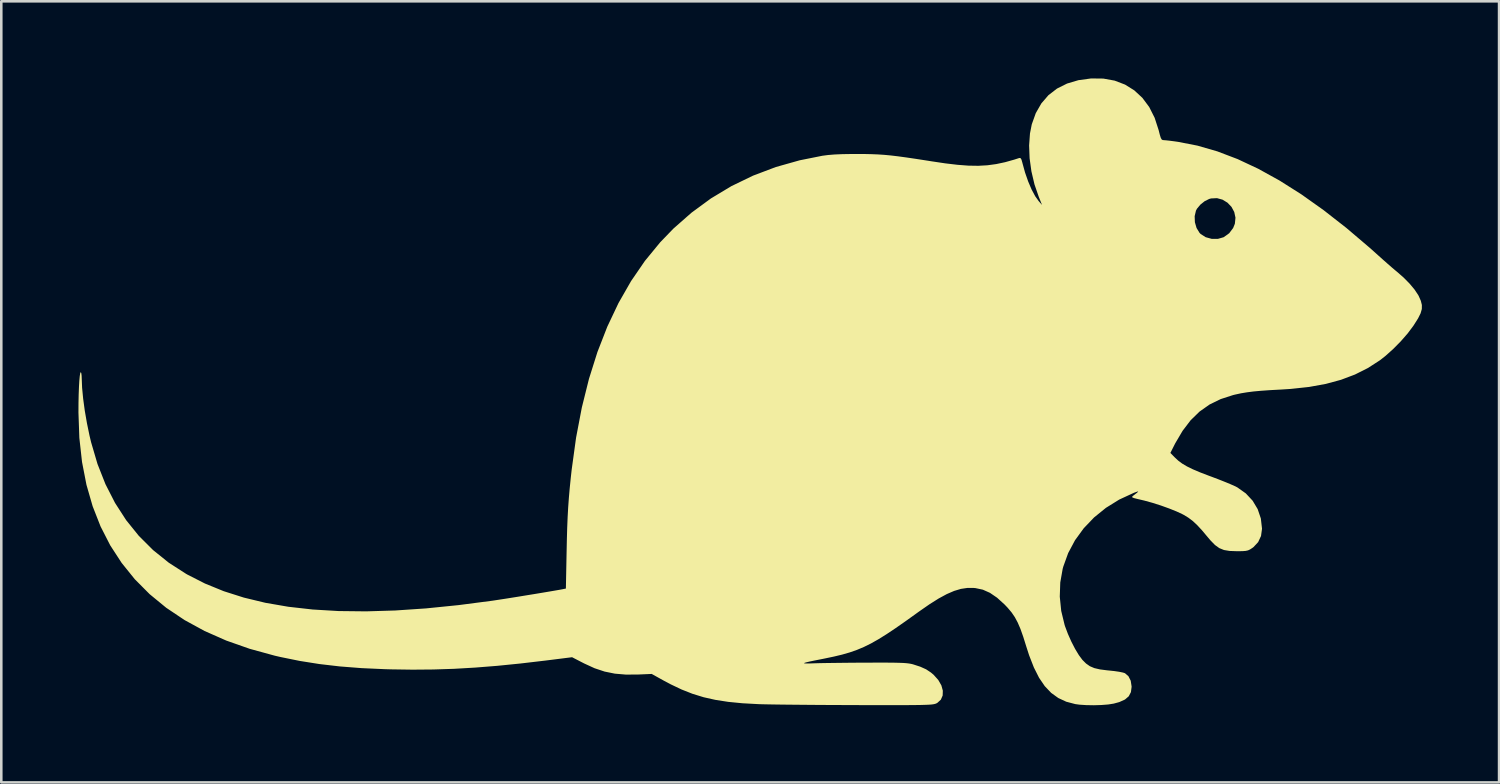
<source format=kicad_pcb>
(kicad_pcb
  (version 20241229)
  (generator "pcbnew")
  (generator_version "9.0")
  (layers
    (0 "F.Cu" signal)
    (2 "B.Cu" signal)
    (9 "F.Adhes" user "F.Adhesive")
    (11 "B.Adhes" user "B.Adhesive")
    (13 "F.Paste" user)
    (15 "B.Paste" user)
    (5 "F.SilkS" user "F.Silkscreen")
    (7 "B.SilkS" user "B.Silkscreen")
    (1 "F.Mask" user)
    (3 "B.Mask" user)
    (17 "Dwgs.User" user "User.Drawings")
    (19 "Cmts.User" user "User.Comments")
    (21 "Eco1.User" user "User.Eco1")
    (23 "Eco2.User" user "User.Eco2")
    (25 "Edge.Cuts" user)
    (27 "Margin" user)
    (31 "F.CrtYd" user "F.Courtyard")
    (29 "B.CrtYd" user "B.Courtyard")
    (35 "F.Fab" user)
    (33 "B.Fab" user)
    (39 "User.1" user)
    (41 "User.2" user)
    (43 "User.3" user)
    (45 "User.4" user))
  (footprint "RatLogo"
    (layer "F.Cu")
    (at 26.119 12.178)
    (property "Reference" "RatLogo" (at 0 0 0) (layer "F.SilkS") (effects (font (size 1.5 1.5) (thickness 0.3))))
    (attr board_only exclude_from_pos_files exclude_from_bom)
    (fp_poly (pts (xy 13.728 -12.173) (xy 14.169 -12.093) (xy 14.572 -11.939) (xy 14.932 -11.714) (xy 15.246 -11.423) (xy 15.511 -11.067) (xy 15.722 -10.649) (xy 15.877 -10.172) (xy 15.878 -10.168) (xy 15.924 -9.987) (xy 15.96 -9.872) (xy 15.993 -9.81) (xy 16.032 -9.784) (xy 16.077 -9.779) (xy 16.162 -9.773) (xy 16.307 -9.757) (xy 16.491 -9.733) (xy 16.632 -9.713) (xy 17.387 -9.566) (xy 18.159 -9.343) (xy 18.947 -9.043) (xy 19.753 -8.665) (xy 20.578 -8.209) (xy 21.422 -7.675) (xy 22.287 -7.061) (xy 23.174 -6.368) (xy 24.084 -5.594) (xy 24.405 -5.307) (xy 24.597 -5.135) (xy 24.785 -4.969) (xy 24.952 -4.823) (xy 25.082 -4.713) (xy 25.125 -4.678) (xy 25.389 -4.449) (xy 25.628 -4.208) (xy 25.826 -3.972) (xy 25.969 -3.757) (xy 25.99 -3.718) (xy 26.071 -3.534) (xy 26.112 -3.371) (xy 26.11 -3.214) (xy 26.062 -3.046) (xy 25.965 -2.851) (xy 25.815 -2.613) (xy 25.777 -2.555) (xy 25.558 -2.263) (xy 25.288 -1.954) (xy 24.99 -1.653) (xy 24.689 -1.384) (xy 24.481 -1.221) (xy 24.013 -0.919) (xy 23.511 -0.667) (xy 22.968 -0.462) (xy 22.376 -0.302) (xy 21.726 -0.184) (xy 21.012 -0.107) (xy 20.637 -0.083) (xy 20.215 -0.06) (xy 19.862 -0.035) (xy 19.565 -0.008) (xy 19.31 0.025) (xy 19.08 0.063) (xy 18.863 0.11) (xy 18.775 0.131) (xy 18.29 0.288) (xy 17.856 0.5) (xy 17.469 0.773) (xy 17.121 1.112) (xy 16.808 1.523) (xy 16.522 2.009) (xy 16.486 2.08) (xy 16.334 2.382) (xy 16.507 2.558) (xy 16.641 2.682) (xy 16.794 2.796) (xy 16.978 2.905) (xy 17.204 3.016) (xy 17.484 3.135) (xy 17.831 3.268) (xy 17.929 3.304) (xy 18.188 3.402) (xy 18.436 3.5) (xy 18.655 3.59) (xy 18.829 3.667) (xy 18.937 3.721) (xy 19.267 3.955) (xy 19.532 4.239) (xy 19.728 4.566) (xy 19.851 4.929) (xy 19.896 5.32) (xy 19.896 5.336) (xy 19.858 5.61) (xy 19.747 5.848) (xy 19.566 6.042) (xy 19.523 6.074) (xy 19.434 6.132) (xy 19.356 6.169) (xy 19.264 6.19) (xy 19.138 6.2) (xy 18.954 6.202) (xy 18.908 6.202) (xy 18.635 6.192) (xy 18.418 6.156) (xy 18.236 6.082) (xy 18.069 5.962) (xy 17.894 5.783) (xy 17.78 5.649) (xy 17.561 5.388) (xy 17.373 5.185) (xy 17.202 5.026) (xy 17.033 4.899) (xy 16.853 4.79) (xy 16.81 4.767) (xy 16.577 4.658) (xy 16.286 4.541) (xy 15.963 4.425) (xy 15.633 4.32) (xy 15.321 4.234) (xy 15.24 4.215) (xy 15.044 4.169) (xy 14.92 4.137) (xy 14.857 4.112) (xy 14.846 4.086) (xy 14.876 4.054) (xy 14.928 4.014) (xy 15.041 3.926) (xy 15.085 3.883) (xy 15.057 3.881) (xy 14.958 3.916) (xy 14.913 3.933) (xy 14.346 4.195) (xy 13.829 4.516) (xy 13.367 4.89) (xy 12.965 5.311) (xy 12.627 5.775) (xy 12.36 6.276) (xy 12.168 6.808) (xy 12.147 6.886) (xy 12.053 7.418) (xy 12.034 7.97) (xy 12.09 8.524) (xy 12.221 9.065) (xy 12.238 9.119) (xy 12.35 9.417) (xy 12.484 9.718) (xy 12.63 10.001) (xy 12.777 10.244) (xy 12.914 10.428) (xy 12.915 10.429) (xy 13.055 10.569) (xy 13.203 10.673) (xy 13.377 10.747) (xy 13.596 10.798) (xy 13.876 10.834) (xy 13.95 10.841) (xy 14.159 10.863) (xy 14.348 10.891) (xy 14.493 10.921) (xy 14.569 10.946) (xy 14.703 11.062) (xy 14.792 11.237) (xy 14.826 11.459) (xy 14.826 11.48) (xy 14.8 11.681) (xy 14.716 11.842) (xy 14.568 11.969) (xy 14.349 12.068) (xy 14.133 12.127) (xy 13.921 12.161) (xy 13.655 12.182) (xy 13.36 12.191) (xy 13.066 12.186) (xy 12.801 12.169) (xy 12.635 12.146) (xy 12.286 12.054) (xy 11.976 11.91) (xy 11.699 11.71) (xy 11.451 11.449) (xy 11.228 11.122) (xy 11.027 10.723) (xy 10.842 10.249) (xy 10.729 9.899) (xy 10.613 9.528) (xy 10.506 9.226) (xy 10.399 8.977) (xy 10.286 8.766) (xy 10.158 8.579) (xy 10.007 8.4) (xy 9.886 8.273) (xy 9.596 8.01) (xy 9.319 7.821) (xy 9.043 7.698) (xy 8.756 7.637) (xy 8.689 7.631) (xy 8.443 7.63) (xy 8.192 7.667) (xy 7.928 7.746) (xy 7.642 7.869) (xy 7.325 8.041) (xy 6.968 8.266) (xy 6.562 8.548) (xy 6.509 8.586) (xy 6.055 8.912) (xy 5.657 9.19) (xy 5.305 9.425) (xy 4.988 9.623) (xy 4.696 9.788) (xy 4.419 9.925) (xy 4.146 10.04) (xy 3.868 10.137) (xy 3.573 10.222) (xy 3.252 10.299) (xy 2.894 10.374) (xy 2.815 10.39) (xy 2.516 10.449) (xy 2.298 10.494) (xy 2.158 10.528) (xy 2.094 10.55) (xy 2.103 10.563) (xy 2.182 10.568) (xy 2.329 10.566) (xy 2.477 10.561) (xy 2.641 10.556) (xy 2.875 10.551) (xy 3.167 10.547) (xy 3.501 10.543) (xy 3.864 10.539) (xy 4.242 10.536) (xy 4.53 10.535) (xy 4.945 10.534) (xy 5.285 10.534) (xy 5.56 10.536) (xy 5.777 10.541) (xy 5.948 10.547) (xy 6.08 10.557) (xy 6.185 10.57) (xy 6.27 10.586) (xy 6.326 10.6) (xy 6.612 10.693) (xy 6.838 10.795) (xy 7.026 10.92) (xy 7.128 11.006) (xy 7.31 11.209) (xy 7.43 11.418) (xy 7.487 11.623) (xy 7.481 11.812) (xy 7.41 11.975) (xy 7.273 12.099) (xy 7.238 12.118) (xy 7.205 12.132) (xy 7.163 12.144) (xy 7.106 12.155) (xy 7.027 12.164) (xy 6.92 12.171) (xy 6.781 12.176) (xy 6.602 12.181) (xy 6.377 12.184) (xy 6.101 12.186) (xy 5.767 12.187) (xy 5.369 12.187) (xy 4.901 12.187) (xy 4.358 12.186) (xy 4.085 12.185) (xy 3.564 12.183) (xy 3.049 12.181) (xy 2.55 12.178) (xy 2.075 12.174) (xy 1.634 12.17) (xy 1.237 12.166) (xy 0.892 12.161) (xy 0.608 12.156) (xy 0.396 12.151) (xy 0.318 12.148) (xy -0.302 12.114) (xy -0.854 12.06) (xy -1.351 11.983) (xy -1.811 11.88) (xy -2.246 11.746) (xy -2.672 11.578) (xy -3.104 11.372) (xy -3.387 11.221) (xy -3.831 10.974) (xy -4.345 10.996) (xy -4.831 11) (xy -5.263 10.963) (xy -5.662 10.882) (xy -6.053 10.752) (xy -6.456 10.567) (xy -6.48 10.555) (xy -6.927 10.324) (xy -7.962 10.454) (xy -8.933 10.568) (xy -9.839 10.659) (xy -10.696 10.727) (xy -11.519 10.775) (xy -12.325 10.801) (xy -13.129 10.808) (xy -13.947 10.796) (xy -14.203 10.789) (xy -15.113 10.748) (xy -15.958 10.682) (xy -16.754 10.589) (xy -17.517 10.468) (xy -18.263 10.316) (xy -18.484 10.265) (xy -19.461 9.997) (xy -20.371 9.677) (xy -21.216 9.304) (xy -21.994 8.879) (xy -22.706 8.402) (xy -23.351 7.872) (xy -23.929 7.291) (xy -24.439 6.658) (xy -24.883 5.975) (xy -25.259 5.24) (xy -25.567 4.455) (xy -25.808 3.619) (xy -25.98 2.733) (xy -26.084 1.797) (xy -26.119 0.811) (xy -26.119 0.789) (xy -26.117 0.432) (xy -26.11 0.105) (xy -26.099 -0.183) (xy -26.085 -0.423) (xy -26.068 -0.605) (xy -26.049 -0.721) (xy -26.029 -0.762) (xy -26.009 -0.724) (xy -25.996 -0.624) (xy -25.992 -0.519) (xy -25.977 -0.152) (xy -25.936 0.273) (xy -25.873 0.739) (xy -25.789 1.223) (xy -25.689 1.707) (xy -25.627 1.966) (xy -25.379 2.81) (xy -25.069 3.596) (xy -24.697 4.324) (xy -24.265 4.994) (xy -23.772 5.605) (xy -23.218 6.158) (xy -22.605 6.651) (xy -21.931 7.084) (xy -21.88 7.113) (xy -21.2 7.459) (xy -20.47 7.757) (xy -19.688 8.006) (xy -18.852 8.208) (xy -17.961 8.362) (xy -17.013 8.469) (xy -16.005 8.529) (xy -14.935 8.541) (xy -13.803 8.507) (xy -12.605 8.426) (xy -11.34 8.298) (xy -10.012 8.125) (xy -9.823 8.096) (xy -9.579 8.059) (xy -9.294 8.014) (xy -8.983 7.964) (xy -8.659 7.911) (xy -8.338 7.859) (xy -8.034 7.808) (xy -7.761 7.762) (xy -7.534 7.723) (xy -7.367 7.694) (xy -7.299 7.681) (xy -7.168 7.654) (xy -7.141 6.272) (xy -7.13 5.748) (xy -7.117 5.29) (xy -7.1 4.88) (xy -7.079 4.499) (xy -7.052 4.129) (xy -7.019 3.752) (xy -6.978 3.348) (xy -6.942 3.027) (xy -6.772 1.789) (xy -6.548 0.615) (xy -6.271 -0.497) (xy -5.941 -1.544) (xy -5.558 -2.527) (xy -5.123 -3.445) (xy -4.635 -4.298) (xy -4.095 -5.085) (xy -3.503 -5.806) (xy -2.99 -6.338) (xy -2.44 -6.822) (xy 17.278 -6.822) (xy 17.287 -6.587) (xy 17.352 -6.363) (xy 17.467 -6.176) (xy 17.512 -6.13) (xy 17.707 -6.006) (xy 17.939 -5.942) (xy 18.179 -5.94) (xy 18.401 -6.004) (xy 18.411 -6.009) (xy 18.621 -6.16) (xy 18.774 -6.363) (xy 18.841 -6.529) (xy 18.865 -6.764) (xy 18.817 -6.986) (xy 18.71 -7.185) (xy 18.554 -7.348) (xy 18.363 -7.465) (xy 18.147 -7.524) (xy 17.918 -7.513) (xy 17.843 -7.493) (xy 17.666 -7.405) (xy 17.499 -7.271) (xy 17.37 -7.116) (xy 17.329 -7.04) (xy 17.278 -6.822) (xy -2.44 -6.822) (xy -2.281 -6.961) (xy -1.529 -7.513) (xy -0.732 -7.992) (xy 0.109 -8.399) (xy 0.994 -8.734) (xy 1.923 -8.996) (xy 2.803 -9.172) (xy 3.023 -9.201) (xy 3.279 -9.222) (xy 3.582 -9.235) (xy 3.949 -9.241) (xy 4.17 -9.241) (xy 4.46 -9.24) (xy 4.721 -9.234) (xy 4.966 -9.224) (xy 5.208 -9.208) (xy 5.462 -9.184) (xy 5.74 -9.151) (xy 6.056 -9.108) (xy 6.424 -9.054) (xy 6.856 -8.987) (xy 7.045 -8.957) (xy 7.587 -8.876) (xy 8.063 -8.82) (xy 8.484 -8.788) (xy 8.866 -8.782) (xy 9.221 -8.802) (xy 9.564 -8.849) (xy 9.908 -8.922) (xy 10.267 -9.023) (xy 10.462 -9.086) (xy 10.507 -9.082) (xy 10.544 -9.025) (xy 10.58 -8.9) (xy 10.584 -8.883) (xy 10.684 -8.52) (xy 10.805 -8.173) (xy 10.939 -7.859) (xy 11.08 -7.597) (xy 11.215 -7.408) (xy 11.344 -7.26) (xy 11.216 -7.578) (xy 11.05 -8.061) (xy 10.931 -8.567) (xy 10.861 -9.076) (xy 10.842 -9.572) (xy 10.875 -10.036) (xy 10.945 -10.393) (xy 11.101 -10.83) (xy 11.318 -11.208) (xy 11.593 -11.527) (xy 11.926 -11.784) (xy 12.316 -11.979) (xy 12.76 -12.111) (xy 13.252 -12.178)) (stroke (width 0) (type solid)) (fill yes) (layer "F.SilkS")))
  (gr_rect
    (start -3 -3)
    (end 55.232 27.369)
    (stroke (width 0.1) (type default))
    (fill no)
    (layer "Edge.Cuts")))
</source>
